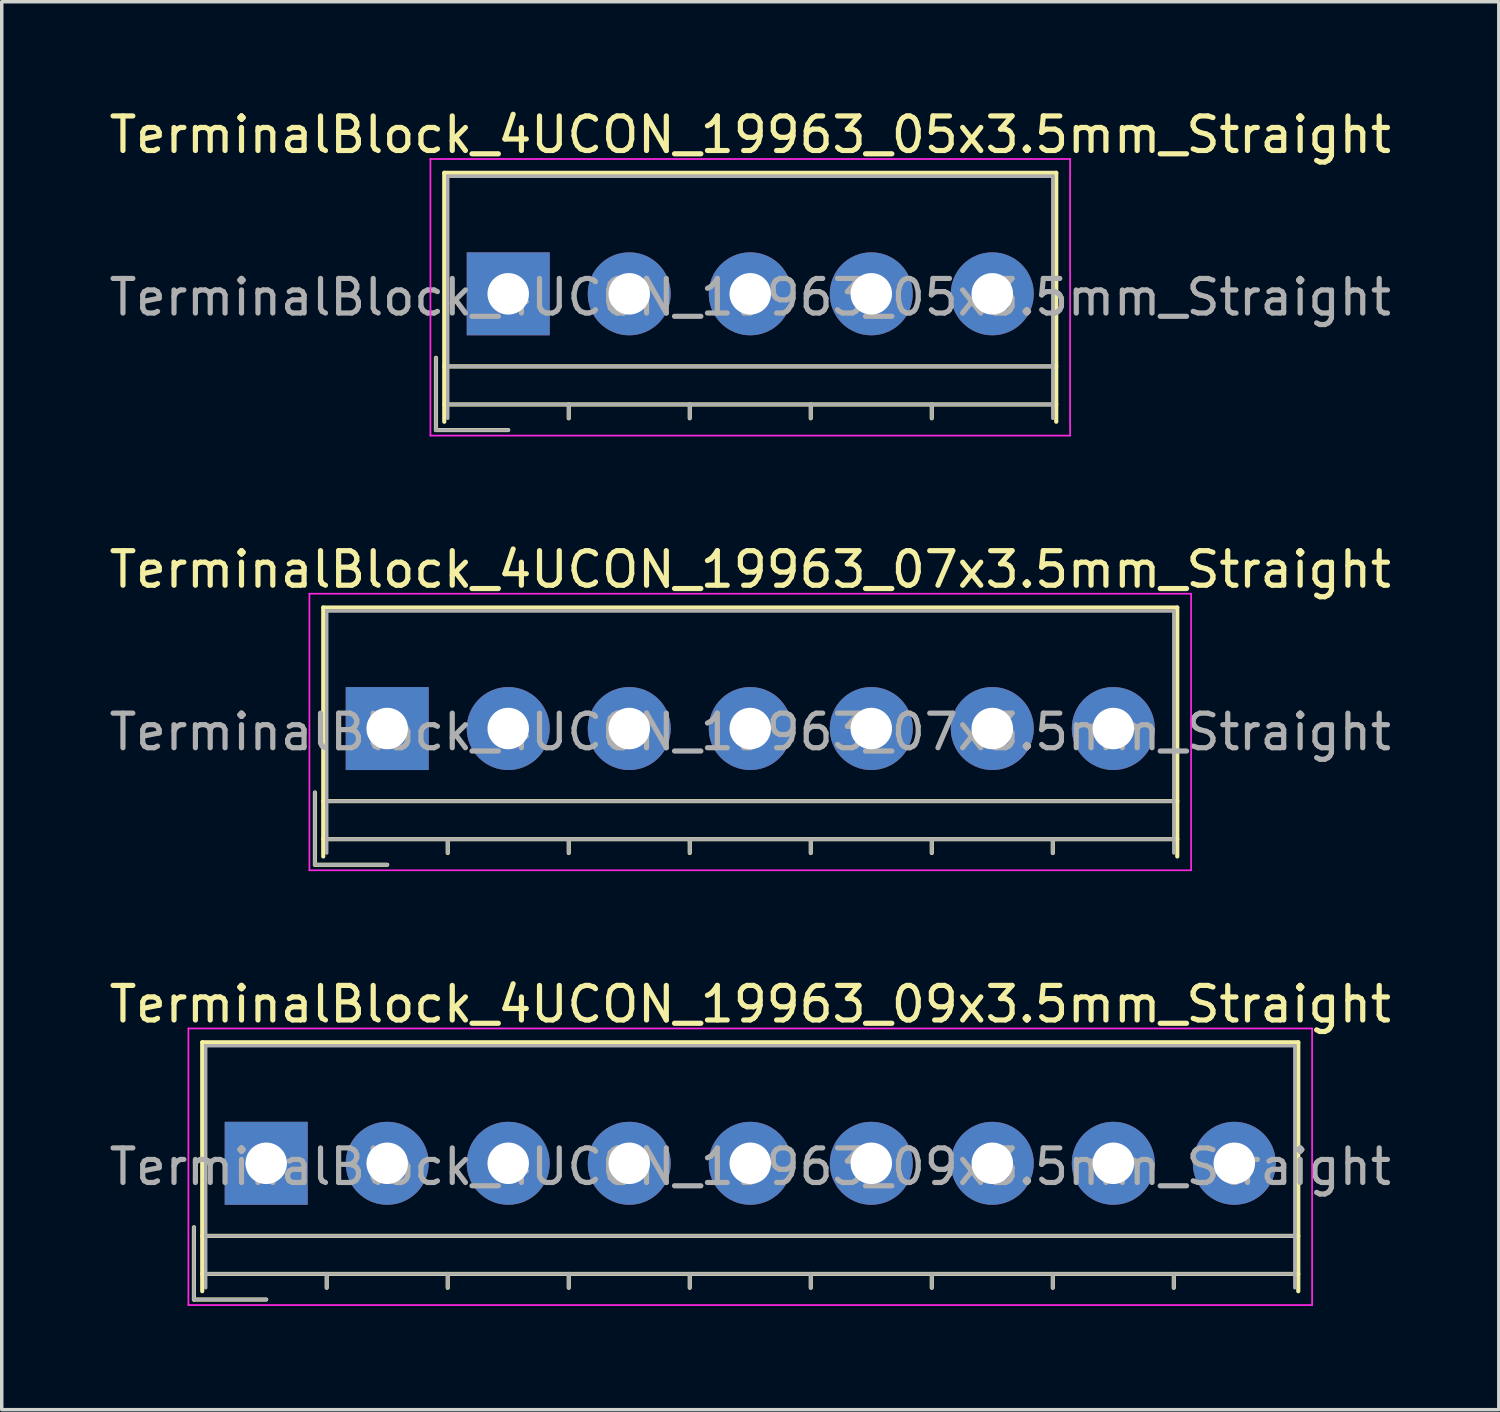
<source format=kicad_pcb>
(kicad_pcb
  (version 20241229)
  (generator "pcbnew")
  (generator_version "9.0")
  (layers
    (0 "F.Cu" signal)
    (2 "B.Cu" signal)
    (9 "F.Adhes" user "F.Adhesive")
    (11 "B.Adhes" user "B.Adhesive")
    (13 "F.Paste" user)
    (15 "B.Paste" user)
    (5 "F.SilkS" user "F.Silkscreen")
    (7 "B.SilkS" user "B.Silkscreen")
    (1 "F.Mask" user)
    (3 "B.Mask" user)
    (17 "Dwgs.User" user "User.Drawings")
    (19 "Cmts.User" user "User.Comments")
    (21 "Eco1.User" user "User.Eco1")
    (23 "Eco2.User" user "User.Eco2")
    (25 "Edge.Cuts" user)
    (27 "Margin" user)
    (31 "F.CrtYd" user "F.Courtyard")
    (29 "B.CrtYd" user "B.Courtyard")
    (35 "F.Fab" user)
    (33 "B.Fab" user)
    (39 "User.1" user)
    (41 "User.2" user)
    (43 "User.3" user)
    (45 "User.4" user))
  (footprint "TerminalBlock_4UCON_19963_09x3.5mm_Straight"
    (layer "F.Cu")
    (at 4.649 30.595)
    (property "Reference" "TerminalBlock_4UCON_19963_09x3.5mm_Straight" (at 14 -4.6 0) (layer "F.SilkS") (effects (font (size 1 1) (thickness 0.15))))
    (attr through_hole)
    (fp_line (start -2.09 1.85) (end -2.09 3.94) (stroke (width 0.12) (type solid)) (layer "F.SilkS"))
    (fp_line (start -2.09 3.94) (end 0 3.94) (stroke (width 0.12) (type solid)) (layer "F.SilkS"))
    (fp_line (start -1.85 -3.5) (end 29.85 -3.5) (stroke (width 0.12) (type solid)) (layer "F.SilkS"))
    (fp_line (start -1.85 2.1) (end 29.85 2.1) (stroke (width 0.12) (type solid)) (layer "F.SilkS"))
    (fp_line (start -1.85 3.2) (end 29.85 3.2) (stroke (width 0.12) (type solid)) (layer "F.SilkS"))
    (fp_line (start -1.85 3.7) (end -1.85 -3.5) (stroke (width 0.12) (type solid)) (layer "F.SilkS"))
    (fp_line (start 1.75 3.2) (end 1.75 3.6) (stroke (width 0.12) (type solid)) (layer "F.SilkS"))
    (fp_line (start 5.25 3.2) (end 5.25 3.6) (stroke (width 0.12) (type solid)) (layer "F.SilkS"))
    (fp_line (start 8.75 3.2) (end 8.75 3.6) (stroke (width 0.12) (type solid)) (layer "F.SilkS"))
    (fp_line (start 12.25 3.2) (end 12.25 3.6) (stroke (width 0.12) (type solid)) (layer "F.SilkS"))
    (fp_line (start 15.75 3.2) (end 15.75 3.6) (stroke (width 0.12) (type solid)) (layer "F.SilkS"))
    (fp_line (start 19.25 3.2) (end 19.25 3.6) (stroke (width 0.12) (type solid)) (layer "F.SilkS"))
    (fp_line (start 22.75 3.2) (end 22.75 3.6) (stroke (width 0.12) (type solid)) (layer "F.SilkS"))
    (fp_line (start 26.25 3.2) (end 26.25 3.6) (stroke (width 0.12) (type solid)) (layer "F.SilkS"))
    (fp_line (start 29.85 -3.5) (end 29.85 3.7) (stroke (width 0.12) (type solid)) (layer "F.SilkS"))
    (fp_line (start -2.25 -3.9) (end -2.25 4.1) (stroke (width 0.05) (type solid)) (layer "F.CrtYd"))
    (fp_line (start -2.25 4.1) (end 30.25 4.1) (stroke (width 0.05) (type solid)) (layer "F.CrtYd"))
    (fp_line (start 30.25 -3.9) (end -2.25 -3.9) (stroke (width 0.05) (type solid)) (layer "F.CrtYd"))
    (fp_line (start 30.25 4.1) (end 30.25 -3.9) (stroke (width 0.05) (type solid)) (layer "F.CrtYd"))
    (fp_line (start -2.09 1.85) (end -2.09 3.94) (stroke (width 0.1) (type solid)) (layer "F.Fab"))
    (fp_line (start -2.09 3.94) (end 0 3.94) (stroke (width 0.1) (type solid)) (layer "F.Fab"))
    (fp_line (start -1.75 -3.4) (end 29.75 -3.4) (stroke (width 0.1) (type solid)) (layer "F.Fab"))
    (fp_line (start -1.75 2.1) (end 29.75 2.1) (stroke (width 0.1) (type solid)) (layer "F.Fab"))
    (fp_line (start -1.75 3.2) (end 29.75 3.2) (stroke (width 0.1) (type solid)) (layer "F.Fab"))
    (fp_line (start -1.75 3.6) (end -1.75 -3.4) (stroke (width 0.1) (type solid)) (layer "F.Fab"))
    (fp_line (start 1.75 3.2) (end 1.75 3.6) (stroke (width 0.1) (type solid)) (layer "F.Fab"))
    (fp_line (start 5.25 3.2) (end 5.25 3.6) (stroke (width 0.1) (type solid)) (layer "F.Fab"))
    (fp_line (start 8.75 3.2) (end 8.75 3.6) (stroke (width 0.1) (type solid)) (layer "F.Fab"))
    (fp_line (start 12.25 3.2) (end 12.25 3.6) (stroke (width 0.1) (type solid)) (layer "F.Fab"))
    (fp_line (start 15.75 3.2) (end 15.75 3.6) (stroke (width 0.1) (type solid)) (layer "F.Fab"))
    (fp_line (start 19.25 3.2) (end 19.25 3.6) (stroke (width 0.1) (type solid)) (layer "F.Fab"))
    (fp_line (start 22.75 3.2) (end 22.75 3.6) (stroke (width 0.1) (type solid)) (layer "F.Fab"))
    (fp_line (start 26.25 3.2) (end 26.25 3.6) (stroke (width 0.1) (type solid)) (layer "F.Fab"))
    (fp_line (start 29.75 -3.4) (end 29.75 3.6) (stroke (width 0.1) (type solid)) (layer "F.Fab"))
    (fp_text user "${REFERENCE}" (at 14 0.1 0) (layer "F.Fab") (effects (font (size 1 1) (thickness 0.15))))
    (pad "1" thru_hole rect (at 0 0) (size 2.4 2.4) (drill 1.2) (layers "*.Cu" "*.Mask"))
    (pad "2" thru_hole circle (at 3.5 0) (size 2.4 2.4) (drill 1.2) (layers "*.Cu" "*.Mask"))
    (pad "3" thru_hole circle (at 7 0) (size 2.4 2.4) (drill 1.2) (layers "*.Cu" "*.Mask"))
    (pad "4" thru_hole circle (at 10.5 0) (size 2.4 2.4) (drill 1.2) (layers "*.Cu" "*.Mask"))
    (pad "5" thru_hole circle (at 14 0) (size 2.4 2.4) (drill 1.2) (layers "*.Cu" "*.Mask"))
    (pad "6" thru_hole circle (at 17.5 0) (size 2.4 2.4) (drill 1.2) (layers "*.Cu" "*.Mask"))
    (pad "7" thru_hole circle (at 21 0) (size 2.4 2.4) (drill 1.2) (layers "*.Cu" "*.Mask"))
    (pad "8" thru_hole circle (at 24.5 0) (size 2.4 2.4) (drill 1.2) (layers "*.Cu" "*.Mask"))
    (pad "9" thru_hole circle (at 28 0) (size 2.4 2.4) (drill 1.2) (layers "*.Cu" "*.Mask")))
  (footprint "TerminalBlock_4UCON_19963_07x3.5mm_Straight"
    (layer "F.Cu")
    (at 8.149 18.021)
    (property "Reference" "TerminalBlock_4UCON_19963_07x3.5mm_Straight" (at 10.5 -4.6 0) (layer "F.SilkS") (effects (font (size 1 1) (thickness 0.15))))
    (attr through_hole)
    (fp_line (start -2.09 1.85) (end -2.09 3.94) (stroke (width 0.12) (type solid)) (layer "F.SilkS"))
    (fp_line (start -2.09 3.94) (end 0 3.94) (stroke (width 0.12) (type solid)) (layer "F.SilkS"))
    (fp_line (start -1.85 -3.5) (end 22.85 -3.5) (stroke (width 0.12) (type solid)) (layer "F.SilkS"))
    (fp_line (start -1.85 2.1) (end 22.85 2.1) (stroke (width 0.12) (type solid)) (layer "F.SilkS"))
    (fp_line (start -1.85 3.2) (end 22.85 3.2) (stroke (width 0.12) (type solid)) (layer "F.SilkS"))
    (fp_line (start -1.85 3.7) (end -1.85 -3.5) (stroke (width 0.12) (type solid)) (layer "F.SilkS"))
    (fp_line (start 1.75 3.2) (end 1.75 3.6) (stroke (width 0.12) (type solid)) (layer "F.SilkS"))
    (fp_line (start 5.25 3.2) (end 5.25 3.6) (stroke (width 0.12) (type solid)) (layer "F.SilkS"))
    (fp_line (start 8.75 3.2) (end 8.75 3.6) (stroke (width 0.12) (type solid)) (layer "F.SilkS"))
    (fp_line (start 12.25 3.2) (end 12.25 3.6) (stroke (width 0.12) (type solid)) (layer "F.SilkS"))
    (fp_line (start 15.75 3.2) (end 15.75 3.6) (stroke (width 0.12) (type solid)) (layer "F.SilkS"))
    (fp_line (start 19.25 3.2) (end 19.25 3.6) (stroke (width 0.12) (type solid)) (layer "F.SilkS"))
    (fp_line (start 22.85 -3.5) (end 22.85 3.7) (stroke (width 0.12) (type solid)) (layer "F.SilkS"))
    (fp_line (start -2.25 -3.9) (end -2.25 4.1) (stroke (width 0.05) (type solid)) (layer "F.CrtYd"))
    (fp_line (start -2.25 4.1) (end 23.25 4.1) (stroke (width 0.05) (type solid)) (layer "F.CrtYd"))
    (fp_line (start 23.25 -3.9) (end -2.25 -3.9) (stroke (width 0.05) (type solid)) (layer "F.CrtYd"))
    (fp_line (start 23.25 4.1) (end 23.25 -3.9) (stroke (width 0.05) (type solid)) (layer "F.CrtYd"))
    (fp_line (start -2.09 1.85) (end -2.09 3.94) (stroke (width 0.1) (type solid)) (layer "F.Fab"))
    (fp_line (start -2.09 3.94) (end 0 3.94) (stroke (width 0.1) (type solid)) (layer "F.Fab"))
    (fp_line (start -1.75 -3.4) (end 22.75 -3.4) (stroke (width 0.1) (type solid)) (layer "F.Fab"))
    (fp_line (start -1.75 2.1) (end 22.75 2.1) (stroke (width 0.1) (type solid)) (layer "F.Fab"))
    (fp_line (start -1.75 3.2) (end 22.75 3.2) (stroke (width 0.1) (type solid)) (layer "F.Fab"))
    (fp_line (start -1.75 3.6) (end -1.75 -3.4) (stroke (width 0.1) (type solid)) (layer "F.Fab"))
    (fp_line (start 1.75 3.2) (end 1.75 3.6) (stroke (width 0.1) (type solid)) (layer "F.Fab"))
    (fp_line (start 5.25 3.2) (end 5.25 3.6) (stroke (width 0.1) (type solid)) (layer "F.Fab"))
    (fp_line (start 8.75 3.2) (end 8.75 3.6) (stroke (width 0.1) (type solid)) (layer "F.Fab"))
    (fp_line (start 12.25 3.2) (end 12.25 3.6) (stroke (width 0.1) (type solid)) (layer "F.Fab"))
    (fp_line (start 15.75 3.2) (end 15.75 3.6) (stroke (width 0.1) (type solid)) (layer "F.Fab"))
    (fp_line (start 19.25 3.2) (end 19.25 3.6) (stroke (width 0.1) (type solid)) (layer "F.Fab"))
    (fp_line (start 22.75 -3.4) (end 22.75 3.6) (stroke (width 0.1) (type solid)) (layer "F.Fab"))
    (fp_text user "${REFERENCE}" (at 10.5 0.1 0) (layer "F.Fab") (effects (font (size 1 1) (thickness 0.15))))
    (pad "1" thru_hole rect (at 0 0) (size 2.4 2.4) (drill 1.2) (layers "*.Cu" "*.Mask"))
    (pad "2" thru_hole circle (at 3.5 0) (size 2.4 2.4) (drill 1.2) (layers "*.Cu" "*.Mask"))
    (pad "3" thru_hole circle (at 7 0) (size 2.4 2.4) (drill 1.2) (layers "*.Cu" "*.Mask"))
    (pad "4" thru_hole circle (at 10.5 0) (size 2.4 2.4) (drill 1.2) (layers "*.Cu" "*.Mask"))
    (pad "5" thru_hole circle (at 14 0) (size 2.4 2.4) (drill 1.2) (layers "*.Cu" "*.Mask"))
    (pad "6" thru_hole circle (at 17.5 0) (size 2.4 2.4) (drill 1.2) (layers "*.Cu" "*.Mask"))
    (pad "7" thru_hole circle (at 21 0) (size 2.4 2.4) (drill 1.2) (layers "*.Cu" "*.Mask")))
  (footprint "TerminalBlock_4UCON_19963_05x3.5mm_Straight"
    (layer "F.Cu")
    (at 11.649 5.448)
    (property "Reference" "TerminalBlock_4UCON_19963_05x3.5mm_Straight" (at 7 -4.6 0) (layer "F.SilkS") (effects (font (size 1 1) (thickness 0.15))))
    (attr through_hole)
    (fp_line (start -2.09 1.85) (end -2.09 3.94) (stroke (width 0.12) (type solid)) (layer "F.SilkS"))
    (fp_line (start -2.09 3.94) (end 0 3.94) (stroke (width 0.12) (type solid)) (layer "F.SilkS"))
    (fp_line (start -1.85 -3.5) (end 15.85 -3.5) (stroke (width 0.12) (type solid)) (layer "F.SilkS"))
    (fp_line (start -1.85 2.1) (end 15.85 2.1) (stroke (width 0.12) (type solid)) (layer "F.SilkS"))
    (fp_line (start -1.85 3.2) (end 15.85 3.2) (stroke (width 0.12) (type solid)) (layer "F.SilkS"))
    (fp_line (start -1.85 3.7) (end -1.85 -3.5) (stroke (width 0.12) (type solid)) (layer "F.SilkS"))
    (fp_line (start 1.75 3.2) (end 1.75 3.6) (stroke (width 0.12) (type solid)) (layer "F.SilkS"))
    (fp_line (start 5.25 3.2) (end 5.25 3.6) (stroke (width 0.12) (type solid)) (layer "F.SilkS"))
    (fp_line (start 8.75 3.2) (end 8.75 3.6) (stroke (width 0.12) (type solid)) (layer "F.SilkS"))
    (fp_line (start 12.25 3.2) (end 12.25 3.6) (stroke (width 0.12) (type solid)) (layer "F.SilkS"))
    (fp_line (start 15.85 -3.5) (end 15.85 3.7) (stroke (width 0.12) (type solid)) (layer "F.SilkS"))
    (fp_line (start -2.25 -3.9) (end -2.25 4.1) (stroke (width 0.05) (type solid)) (layer "F.CrtYd"))
    (fp_line (start -2.25 4.1) (end 16.25 4.1) (stroke (width 0.05) (type solid)) (layer "F.CrtYd"))
    (fp_line (start 16.25 -3.9) (end -2.25 -3.9) (stroke (width 0.05) (type solid)) (layer "F.CrtYd"))
    (fp_line (start 16.25 4.1) (end 16.25 -3.9) (stroke (width 0.05) (type solid)) (layer "F.CrtYd"))
    (fp_line (start -2.09 1.85) (end -2.09 3.94) (stroke (width 0.1) (type solid)) (layer "F.Fab"))
    (fp_line (start -2.09 3.94) (end 0 3.94) (stroke (width 0.1) (type solid)) (layer "F.Fab"))
    (fp_line (start -1.75 -3.4) (end 15.75 -3.4) (stroke (width 0.1) (type solid)) (layer "F.Fab"))
    (fp_line (start -1.75 2.1) (end 15.75 2.1) (stroke (width 0.1) (type solid)) (layer "F.Fab"))
    (fp_line (start -1.75 3.2) (end 15.75 3.2) (stroke (width 0.1) (type solid)) (layer "F.Fab"))
    (fp_line (start -1.75 3.6) (end -1.75 -3.4) (stroke (width 0.1) (type solid)) (layer "F.Fab"))
    (fp_line (start 1.75 3.2) (end 1.75 3.6) (stroke (width 0.1) (type solid)) (layer "F.Fab"))
    (fp_line (start 5.25 3.2) (end 5.25 3.6) (stroke (width 0.1) (type solid)) (layer "F.Fab"))
    (fp_line (start 8.75 3.2) (end 8.75 3.6) (stroke (width 0.1) (type solid)) (layer "F.Fab"))
    (fp_line (start 12.25 3.2) (end 12.25 3.6) (stroke (width 0.1) (type solid)) (layer "F.Fab"))
    (fp_line (start 15.75 -3.4) (end 15.75 3.6) (stroke (width 0.1) (type solid)) (layer "F.Fab"))
    (fp_text user "${REFERENCE}" (at 7 0.1 0) (layer "F.Fab") (effects (font (size 1 1) (thickness 0.15))))
    (pad "1" thru_hole rect (at 0 0) (size 2.4 2.4) (drill 1.2) (layers "*.Cu" "*.Mask"))
    (pad "2" thru_hole circle (at 3.5 0) (size 2.4 2.4) (drill 1.2) (layers "*.Cu" "*.Mask"))
    (pad "3" thru_hole circle (at 7 0) (size 2.4 2.4) (drill 1.2) (layers "*.Cu" "*.Mask"))
    (pad "4" thru_hole circle (at 10.5 0) (size 2.4 2.4) (drill 1.2) (layers "*.Cu" "*.Mask"))
    (pad "5" thru_hole circle (at 14 0) (size 2.4 2.4) (drill 1.2) (layers "*.Cu" "*.Mask")))
  (gr_rect
    (start -3 -3)
    (end 40.298 37.72)
    (stroke (width 0.1) (type default))
    (fill no)
    (layer "Edge.Cuts")))
</source>
